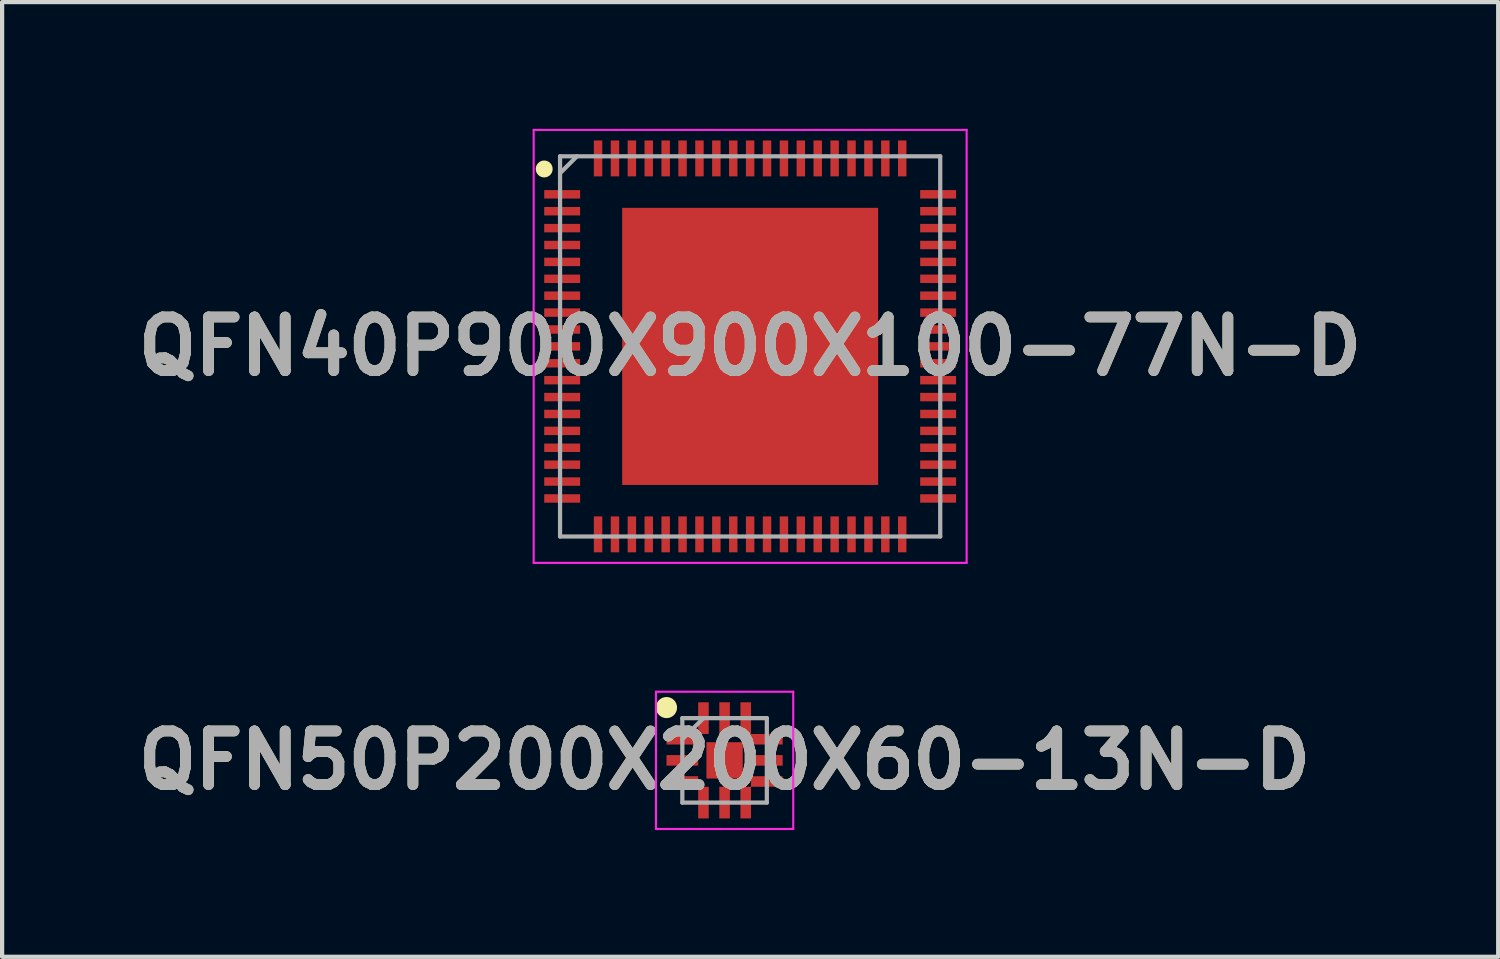
<source format=kicad_pcb>
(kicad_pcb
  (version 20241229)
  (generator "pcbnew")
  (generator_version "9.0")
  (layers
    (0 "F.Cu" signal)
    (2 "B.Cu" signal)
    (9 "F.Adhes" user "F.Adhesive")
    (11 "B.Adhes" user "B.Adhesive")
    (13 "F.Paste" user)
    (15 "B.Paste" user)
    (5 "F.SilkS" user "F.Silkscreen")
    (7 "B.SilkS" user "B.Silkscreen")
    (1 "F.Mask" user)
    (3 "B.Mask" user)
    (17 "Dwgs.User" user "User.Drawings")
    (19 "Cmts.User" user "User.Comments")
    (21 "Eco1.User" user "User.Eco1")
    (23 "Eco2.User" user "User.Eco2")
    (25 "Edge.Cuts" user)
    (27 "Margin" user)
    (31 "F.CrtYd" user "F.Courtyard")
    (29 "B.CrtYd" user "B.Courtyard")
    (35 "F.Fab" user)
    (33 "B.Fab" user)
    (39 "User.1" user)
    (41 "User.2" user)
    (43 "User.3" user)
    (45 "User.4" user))
  (footprint "QFN40P900X900X100-77N-D"
    (layer "F.Cu")
    (at 14.708 5.15)
    (property "Reference" "QFN40P900X900X100-77N-D" (at 0 0 0) (layer "F.SilkS") (effects (font (size 1.27 1.27) (thickness 0.254))))
    (attr smd)
    (fp_circle (center -4.875 -4.2) (end -4.875 -4.1) (stroke (width 0.2) (type solid)) (fill no) (layer "F.SilkS"))
    (fp_line (start -5.125 -5.125) (end 5.125 -5.125) (stroke (width 0.05) (type solid)) (layer "F.CrtYd"))
    (fp_line (start -5.125 5.125) (end -5.125 -5.125) (stroke (width 0.05) (type solid)) (layer "F.CrtYd"))
    (fp_line (start 5.125 -5.125) (end 5.125 5.125) (stroke (width 0.05) (type solid)) (layer "F.CrtYd"))
    (fp_line (start 5.125 5.125) (end -5.125 5.125) (stroke (width 0.05) (type solid)) (layer "F.CrtYd"))
    (fp_line (start -4.5 -4.5) (end 4.5 -4.5) (stroke (width 0.1) (type solid)) (layer "F.Fab"))
    (fp_line (start -4.5 -4.1) (end -4.1 -4.5) (stroke (width 0.1) (type solid)) (layer "F.Fab"))
    (fp_line (start -4.5 4.5) (end -4.5 -4.5) (stroke (width 0.1) (type solid)) (layer "F.Fab"))
    (fp_line (start 4.5 -4.5) (end 4.5 4.5) (stroke (width 0.1) (type solid)) (layer "F.Fab"))
    (fp_line (start 4.5 4.5) (end -4.5 4.5) (stroke (width 0.1) (type solid)) (layer "F.Fab"))
    (fp_text user "${REFERENCE}" (at 0 0 0) (layer "F.Fab") (effects (font (size 1.27 1.27) (thickness 0.254))))
    (pad "1" smd rect (at -4.45 -3.6 90) (size 0.2 0.85) (layers "F.Cu" "F.Mask" "F.Paste"))
    (pad "2" smd rect (at -4.45 -3.2 90) (size 0.2 0.85) (layers "F.Cu" "F.Mask" "F.Paste"))
    (pad "3" smd rect (at -4.45 -2.8 90) (size 0.2 0.85) (layers "F.Cu" "F.Mask" "F.Paste"))
    (pad "4" smd rect (at -4.45 -2.4 90) (size 0.2 0.85) (layers "F.Cu" "F.Mask" "F.Paste"))
    (pad "5" smd rect (at -4.45 -2 90) (size 0.2 0.85) (layers "F.Cu" "F.Mask" "F.Paste"))
    (pad "6" smd rect (at -4.45 -1.6 90) (size 0.2 0.85) (layers "F.Cu" "F.Mask" "F.Paste"))
    (pad "7" smd rect (at -4.45 -1.2 90) (size 0.2 0.85) (layers "F.Cu" "F.Mask" "F.Paste"))
    (pad "8" smd rect (at -4.45 -0.8 90) (size 0.2 0.85) (layers "F.Cu" "F.Mask" "F.Paste"))
    (pad "9" smd rect (at -4.45 -0.4 90) (size 0.2 0.85) (layers "F.Cu" "F.Mask" "F.Paste"))
    (pad "10" smd rect (at -4.45 0 90) (size 0.2 0.85) (layers "F.Cu" "F.Mask" "F.Paste"))
    (pad "11" smd rect (at -4.45 0.4 90) (size 0.2 0.85) (layers "F.Cu" "F.Mask" "F.Paste"))
    (pad "12" smd rect (at -4.45 0.8 90) (size 0.2 0.85) (layers "F.Cu" "F.Mask" "F.Paste"))
    (pad "13" smd rect (at -4.45 1.2 90) (size 0.2 0.85) (layers "F.Cu" "F.Mask" "F.Paste"))
    (pad "14" smd rect (at -4.45 1.6 90) (size 0.2 0.85) (layers "F.Cu" "F.Mask" "F.Paste"))
    (pad "15" smd rect (at -4.45 2 90) (size 0.2 0.85) (layers "F.Cu" "F.Mask" "F.Paste"))
    (pad "16" smd rect (at -4.45 2.4 90) (size 0.2 0.85) (layers "F.Cu" "F.Mask" "F.Paste"))
    (pad "17" smd rect (at -4.45 2.8 90) (size 0.2 0.85) (layers "F.Cu" "F.Mask" "F.Paste"))
    (pad "18" smd rect (at -4.45 3.2 90) (size 0.2 0.85) (layers "F.Cu" "F.Mask" "F.Paste"))
    (pad "19" smd rect (at -4.45 3.6 90) (size 0.2 0.85) (layers "F.Cu" "F.Mask" "F.Paste"))
    (pad "20" smd rect (at -3.6 4.45) (size 0.2 0.85) (layers "F.Cu" "F.Mask" "F.Paste"))
    (pad "21" smd rect (at -3.2 4.45) (size 0.2 0.85) (layers "F.Cu" "F.Mask" "F.Paste"))
    (pad "22" smd rect (at -2.8 4.45) (size 0.2 0.85) (layers "F.Cu" "F.Mask" "F.Paste"))
    (pad "23" smd rect (at -2.4 4.45) (size 0.2 0.85) (layers "F.Cu" "F.Mask" "F.Paste"))
    (pad "24" smd rect (at -2 4.45) (size 0.2 0.85) (layers "F.Cu" "F.Mask" "F.Paste"))
    (pad "25" smd rect (at -1.6 4.45) (size 0.2 0.85) (layers "F.Cu" "F.Mask" "F.Paste"))
    (pad "26" smd rect (at -1.2 4.45) (size 0.2 0.85) (layers "F.Cu" "F.Mask" "F.Paste"))
    (pad "27" smd rect (at -0.8 4.45) (size 0.2 0.85) (layers "F.Cu" "F.Mask" "F.Paste"))
    (pad "28" smd rect (at -0.4 4.45) (size 0.2 0.85) (layers "F.Cu" "F.Mask" "F.Paste"))
    (pad "29" smd rect (at 0 4.45) (size 0.2 0.85) (layers "F.Cu" "F.Mask" "F.Paste"))
    (pad "30" smd rect (at 0.4 4.45) (size 0.2 0.85) (layers "F.Cu" "F.Mask" "F.Paste"))
    (pad "31" smd rect (at 0.8 4.45) (size 0.2 0.85) (layers "F.Cu" "F.Mask" "F.Paste"))
    (pad "32" smd rect (at 1.2 4.45) (size 0.2 0.85) (layers "F.Cu" "F.Mask" "F.Paste"))
    (pad "33" smd rect (at 1.6 4.45) (size 0.2 0.85) (layers "F.Cu" "F.Mask" "F.Paste"))
    (pad "34" smd rect (at 2 4.45) (size 0.2 0.85) (layers "F.Cu" "F.Mask" "F.Paste"))
    (pad "35" smd rect (at 2.4 4.45) (size 0.2 0.85) (layers "F.Cu" "F.Mask" "F.Paste"))
    (pad "36" smd rect (at 2.8 4.45) (size 0.2 0.85) (layers "F.Cu" "F.Mask" "F.Paste"))
    (pad "37" smd rect (at 3.2 4.45) (size 0.2 0.85) (layers "F.Cu" "F.Mask" "F.Paste"))
    (pad "38" smd rect (at 3.6 4.45) (size 0.2 0.85) (layers "F.Cu" "F.Mask" "F.Paste"))
    (pad "39" smd rect (at 4.45 3.6 90) (size 0.2 0.85) (layers "F.Cu" "F.Mask" "F.Paste"))
    (pad "40" smd rect (at 4.45 3.2 90) (size 0.2 0.85) (layers "F.Cu" "F.Mask" "F.Paste"))
    (pad "41" smd rect (at 4.45 2.8 90) (size 0.2 0.85) (layers "F.Cu" "F.Mask" "F.Paste"))
    (pad "42" smd rect (at 4.45 2.4 90) (size 0.2 0.85) (layers "F.Cu" "F.Mask" "F.Paste"))
    (pad "43" smd rect (at 4.45 2 90) (size 0.2 0.85) (layers "F.Cu" "F.Mask" "F.Paste"))
    (pad "44" smd rect (at 4.45 1.6 90) (size 0.2 0.85) (layers "F.Cu" "F.Mask" "F.Paste"))
    (pad "45" smd rect (at 4.45 1.2 90) (size 0.2 0.85) (layers "F.Cu" "F.Mask" "F.Paste"))
    (pad "46" smd rect (at 4.45 0.8 90) (size 0.2 0.85) (layers "F.Cu" "F.Mask" "F.Paste"))
    (pad "47" smd rect (at 4.45 0.4 90) (size 0.2 0.85) (layers "F.Cu" "F.Mask" "F.Paste"))
    (pad "48" smd rect (at 4.45 0 90) (size 0.2 0.85) (layers "F.Cu" "F.Mask" "F.Paste"))
    (pad "49" smd rect (at 4.45 -0.4 90) (size 0.2 0.85) (layers "F.Cu" "F.Mask" "F.Paste"))
    (pad "50" smd rect (at 4.45 -0.8 90) (size 0.2 0.85) (layers "F.Cu" "F.Mask" "F.Paste"))
    (pad "51" smd rect (at 4.45 -1.2 90) (size 0.2 0.85) (layers "F.Cu" "F.Mask" "F.Paste"))
    (pad "52" smd rect (at 4.45 -1.6 90) (size 0.2 0.85) (layers "F.Cu" "F.Mask" "F.Paste"))
    (pad "53" smd rect (at 4.45 -2 90) (size 0.2 0.85) (layers "F.Cu" "F.Mask" "F.Paste"))
    (pad "54" smd rect (at 4.45 -2.4 90) (size 0.2 0.85) (layers "F.Cu" "F.Mask" "F.Paste"))
    (pad "55" smd rect (at 4.45 -2.8 90) (size 0.2 0.85) (layers "F.Cu" "F.Mask" "F.Paste"))
    (pad "56" smd rect (at 4.45 -3.2 90) (size 0.2 0.85) (layers "F.Cu" "F.Mask" "F.Paste"))
    (pad "57" smd rect (at 4.45 -3.6 90) (size 0.2 0.85) (layers "F.Cu" "F.Mask" "F.Paste"))
    (pad "58" smd rect (at 3.6 -4.45) (size 0.2 0.85) (layers "F.Cu" "F.Mask" "F.Paste"))
    (pad "59" smd rect (at 3.2 -4.45) (size 0.2 0.85) (layers "F.Cu" "F.Mask" "F.Paste"))
    (pad "60" smd rect (at 2.8 -4.45) (size 0.2 0.85) (layers "F.Cu" "F.Mask" "F.Paste"))
    (pad "61" smd rect (at 2.4 -4.45) (size 0.2 0.85) (layers "F.Cu" "F.Mask" "F.Paste"))
    (pad "62" smd rect (at 2 -4.45) (size 0.2 0.85) (layers "F.Cu" "F.Mask" "F.Paste"))
    (pad "63" smd rect (at 1.6 -4.45) (size 0.2 0.85) (layers "F.Cu" "F.Mask" "F.Paste"))
    (pad "64" smd rect (at 1.2 -4.45) (size 0.2 0.85) (layers "F.Cu" "F.Mask" "F.Paste"))
    (pad "65" smd rect (at 0.8 -4.45) (size 0.2 0.85) (layers "F.Cu" "F.Mask" "F.Paste"))
    (pad "66" smd rect (at 0.4 -4.45) (size 0.2 0.85) (layers "F.Cu" "F.Mask" "F.Paste"))
    (pad "67" smd rect (at 0 -4.45) (size 0.2 0.85) (layers "F.Cu" "F.Mask" "F.Paste"))
    (pad "68" smd rect (at -0.4 -4.45) (size 0.2 0.85) (layers "F.Cu" "F.Mask" "F.Paste"))
    (pad "69" smd rect (at -0.8 -4.45) (size 0.2 0.85) (layers "F.Cu" "F.Mask" "F.Paste"))
    (pad "70" smd rect (at -1.2 -4.45) (size 0.2 0.85) (layers "F.Cu" "F.Mask" "F.Paste"))
    (pad "71" smd rect (at -1.6 -4.45) (size 0.2 0.85) (layers "F.Cu" "F.Mask" "F.Paste"))
    (pad "72" smd rect (at -2 -4.45) (size 0.2 0.85) (layers "F.Cu" "F.Mask" "F.Paste"))
    (pad "73" smd rect (at -2.4 -4.45) (size 0.2 0.85) (layers "F.Cu" "F.Mask" "F.Paste"))
    (pad "74" smd rect (at -2.8 -4.45) (size 0.2 0.85) (layers "F.Cu" "F.Mask" "F.Paste"))
    (pad "75" smd rect (at -3.2 -4.45) (size 0.2 0.85) (layers "F.Cu" "F.Mask" "F.Paste"))
    (pad "76" smd rect (at -3.6 -4.45) (size 0.2 0.85) (layers "F.Cu" "F.Mask" "F.Paste"))
    (pad "77" smd rect (at 0 0) (size 6.06 6.56) (layers "F.Cu" "F.Mask" "F.Paste")))
  (footprint "QFN50P200X200X60-13N-D"
    (layer "F.Cu")
    (at 14.103 14.95)
    (property "Reference" "QFN50P200X200X60-13N-D" (at 0 0 0) (layer "F.SilkS") (effects (font (size 1.27 1.27) (thickness 0.254))))
    (attr smd)
    (fp_circle (center -1.375 -1.25) (end -1.375 -1.125) (stroke (width 0.25) (type solid)) (fill no) (layer "F.SilkS"))
    (fp_line (start -1.625 -1.625) (end 1.625 -1.625) (stroke (width 0.05) (type solid)) (layer "F.CrtYd"))
    (fp_line (start -1.625 1.625) (end -1.625 -1.625) (stroke (width 0.05) (type solid)) (layer "F.CrtYd"))
    (fp_line (start 1.625 -1.625) (end 1.625 1.625) (stroke (width 0.05) (type solid)) (layer "F.CrtYd"))
    (fp_line (start 1.625 1.625) (end -1.625 1.625) (stroke (width 0.05) (type solid)) (layer "F.CrtYd"))
    (fp_line (start -1 -1) (end 1 -1) (stroke (width 0.1) (type solid)) (layer "F.Fab"))
    (fp_line (start -1 -0.5) (end -0.5 -1) (stroke (width 0.1) (type solid)) (layer "F.Fab"))
    (fp_line (start -1 1) (end -1 -1) (stroke (width 0.1) (type solid)) (layer "F.Fab"))
    (fp_line (start 1 -1) (end 1 1) (stroke (width 0.1) (type solid)) (layer "F.Fab"))
    (fp_line (start 1 1) (end -1 1) (stroke (width 0.1) (type solid)) (layer "F.Fab"))
    (fp_text user "${REFERENCE}" (at 0 0 0) (layer "F.Fab") (effects (font (size 1.27 1.27) (thickness 0.254))))
    (pad "1" smd rect (at -1 -0.5 90) (size 0.25 0.75) (layers "F.Cu" "F.Mask" "F.Paste"))
    (pad "2" smd rect (at -1 0 90) (size 0.25 0.75) (layers "F.Cu" "F.Mask" "F.Paste"))
    (pad "3" smd rect (at -1 0.5 90) (size 0.25 0.75) (layers "F.Cu" "F.Mask" "F.Paste"))
    (pad "4" smd rect (at -0.5 1) (size 0.25 0.75) (layers "F.Cu" "F.Mask" "F.Paste"))
    (pad "5" smd rect (at 0 1) (size 0.25 0.75) (layers "F.Cu" "F.Mask" "F.Paste"))
    (pad "6" smd rect (at 0.5 1) (size 0.25 0.75) (layers "F.Cu" "F.Mask" "F.Paste"))
    (pad "7" smd rect (at 1 0.5 90) (size 0.25 0.75) (layers "F.Cu" "F.Mask" "F.Paste"))
    (pad "8" smd rect (at 1 0 90) (size 0.25 0.75) (layers "F.Cu" "F.Mask" "F.Paste"))
    (pad "9" smd rect (at 1 -0.5 90) (size 0.25 0.75) (layers "F.Cu" "F.Mask" "F.Paste"))
    (pad "10" smd rect (at 0.5 -1) (size 0.25 0.75) (layers "F.Cu" "F.Mask" "F.Paste"))
    (pad "11" smd rect (at 0 -1) (size 0.25 0.75) (layers "F.Cu" "F.Mask" "F.Paste"))
    (pad "12" smd rect (at -0.5 -1) (size 0.25 0.75) (layers "F.Cu" "F.Mask" "F.Paste"))
    (pad "13" smd rect (at 0 0) (size 0.86 0.86) (layers "F.Cu" "F.Mask" "F.Paste")))
  (gr_rect
    (start -3 -3)
    (end 32.416 19.6)
    (stroke (width 0.1) (type default))
    (fill no)
    (layer "Edge.Cuts")))
</source>
